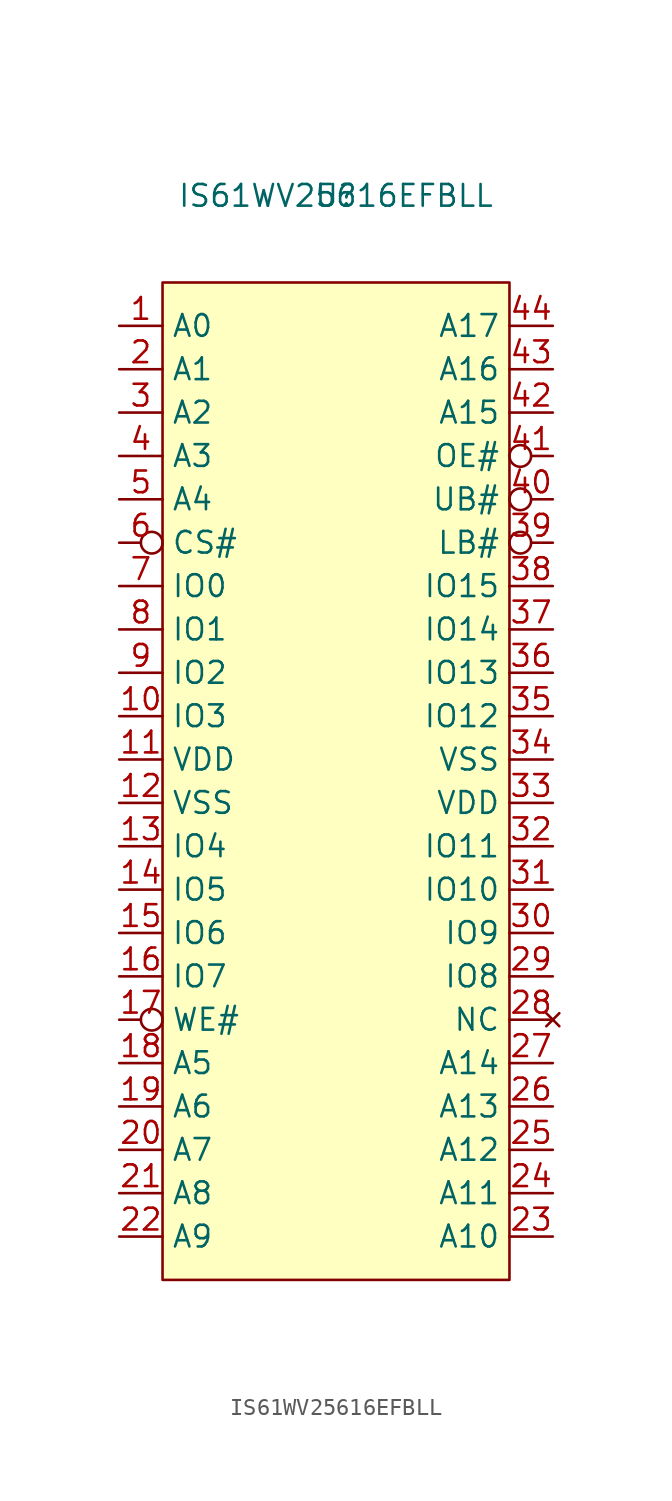
<source format=kicad_sym>
(kicad_symbol_lib
  (version 20201005)
  (generator kicad_symbol_editor)
  (symbol "Memory_RAM:IS61WV25616EFBLL"
    (property "Reference" "U"
      (at 0 33.02 0)
      (effects (font (size 1.27 1.27))))
    (property "Value" "IS61WV25616EFBLL"
      (at 0 33.02 0)
      (effects (font (size 1.27 1.27))))
    (symbol "IS61WV25616EFBLL_0_1"
      (rectangle (start -10.16 27.94) (end 10.16 -30.48) (stroke (width 0.152)) (fill (type background))))
    (symbol "IS61WV25616EFBLL_1_1"
      (pin input line (at -12.7 25.4 0) (length 2.54) (name "A0" (effects (font (size 1.27 1.27)))) (number "1" (effects (font (size 1.27 1.27)))))
      (pin bidirectional line (at -12.7 2.54 0) (length 2.54) (name "IO3" (effects (font (size 1.27 1.27)))) (number "10" (effects (font (size 1.27 1.27)))))
      (pin power_in line (at -12.7 0 0) (length 2.54) (name "VDD" (effects (font (size 1.27 1.27)))) (number "11" (effects (font (size 1.27 1.27)))))
      (pin power_in line (at -12.7 -2.54 0) (length 2.54) (name "VSS" (effects (font (size 1.27 1.27)))) (number "12" (effects (font (size 1.27 1.27)))))
      (pin bidirectional line (at -12.7 -5.08 0) (length 2.54) (name "IO4" (effects (font (size 1.27 1.27)))) (number "13" (effects (font (size 1.27 1.27)))))
      (pin bidirectional line (at -12.7 -7.62 0) (length 2.54) (name "IO5" (effects (font (size 1.27 1.27)))) (number "14" (effects (font (size 1.27 1.27)))))
      (pin bidirectional line (at -12.7 -10.16 0) (length 2.54) (name "IO6" (effects (font (size 1.27 1.27)))) (number "15" (effects (font (size 1.27 1.27)))))
      (pin bidirectional line (at -12.7 -12.7 0) (length 2.54) (name "IO7" (effects (font (size 1.27 1.27)))) (number "16" (effects (font (size 1.27 1.27)))))
      (pin input inverted (at -12.7 -15.24 0) (length 2.54) (name "WE#" (effects (font (size 1.27 1.27)))) (number "17" (effects (font (size 1.27 1.27)))))
      (pin input line (at -12.7 -17.78 0) (length 2.54) (name "A5" (effects (font (size 1.27 1.27)))) (number "18" (effects (font (size 1.27 1.27)))))
      (pin input line (at -12.7 -20.32 0) (length 2.54) (name "A6" (effects (font (size 1.27 1.27)))) (number "19" (effects (font (size 1.27 1.27)))))
      (pin input line (at -12.7 22.86 0) (length 2.54) (name "A1" (effects (font (size 1.27 1.27)))) (number "2" (effects (font (size 1.27 1.27)))))
      (pin input line (at -12.7 -22.86 0) (length 2.54) (name "A7" (effects (font (size 1.27 1.27)))) (number "20" (effects (font (size 1.27 1.27)))))
      (pin input line (at -12.7 -25.4 0) (length 2.54) (name "A8" (effects (font (size 1.27 1.27)))) (number "21" (effects (font (size 1.27 1.27)))))
      (pin input line (at -12.7 -27.94 0) (length 2.54) (name "A9" (effects (font (size 1.27 1.27)))) (number "22" (effects (font (size 1.27 1.27)))))
      (pin input line (at 12.7 -27.94 180) (length 2.54) (name "A10" (effects (font (size 1.27 1.27)))) (number "23" (effects (font (size 1.27 1.27)))))
      (pin input line (at 12.7 -25.4 180) (length 2.54) (name "A11" (effects (font (size 1.27 1.27)))) (number "24" (effects (font (size 1.27 1.27)))))
      (pin input line (at 12.7 -22.86 180) (length 2.54) (name "A12" (effects (font (size 1.27 1.27)))) (number "25" (effects (font (size 1.27 1.27)))))
      (pin input line (at 12.7 -20.32 180) (length 2.54) (name "A13" (effects (font (size 1.27 1.27)))) (number "26" (effects (font (size 1.27 1.27)))))
      (pin input line (at 12.7 -17.78 180) (length 2.54) (name "A14" (effects (font (size 1.27 1.27)))) (number "27" (effects (font (size 1.27 1.27)))))
      (pin no_connect line (at 12.7 -15.24 180) (length 2.54) (name "NC" (effects (font (size 1.27 1.27)))) (number "28" (effects (font (size 1.27 1.27)))))
      (pin bidirectional line (at 12.7 -12.7 180) (length 2.54) (name "IO8" (effects (font (size 1.27 1.27)))) (number "29" (effects (font (size 1.27 1.27)))))
      (pin input line (at -12.7 20.32 0) (length 2.54) (name "A2" (effects (font (size 1.27 1.27)))) (number "3" (effects (font (size 1.27 1.27)))))
      (pin bidirectional line (at 12.7 -10.16 180) (length 2.54) (name "IO9" (effects (font (size 1.27 1.27)))) (number "30" (effects (font (size 1.27 1.27)))))
      (pin bidirectional line (at 12.7 -7.62 180) (length 2.54) (name "IO10" (effects (font (size 1.27 1.27)))) (number "31" (effects (font (size 1.27 1.27)))))
      (pin bidirectional line (at 12.7 -5.08 180) (length 2.54) (name "IO11" (effects (font (size 1.27 1.27)))) (number "32" (effects (font (size 1.27 1.27)))))
      (pin power_in line (at 12.7 -2.54 180) (length 2.54) (name "VDD" (effects (font (size 1.27 1.27)))) (number "33" (effects (font (size 1.27 1.27)))))
      (pin power_in line (at 12.7 0 180) (length 2.54) (name "VSS" (effects (font (size 1.27 1.27)))) (number "34" (effects (font (size 1.27 1.27)))))
      (pin bidirectional line (at 12.7 2.54 180) (length 2.54) (name "IO12" (effects (font (size 1.27 1.27)))) (number "35" (effects (font (size 1.27 1.27)))))
      (pin bidirectional line (at 12.7 5.08 180) (length 2.54) (name "IO13" (effects (font (size 1.27 1.27)))) (number "36" (effects (font (size 1.27 1.27)))))
      (pin bidirectional line (at 12.7 7.62 180) (length 2.54) (name "IO14" (effects (font (size 1.27 1.27)))) (number "37" (effects (font (size 1.27 1.27)))))
      (pin bidirectional line (at 12.7 10.16 180) (length 2.54) (name "IO15" (effects (font (size 1.27 1.27)))) (number "38" (effects (font (size 1.27 1.27)))))
      (pin input inverted (at 12.7 12.7 180) (length 2.54) (name "LB#" (effects (font (size 1.27 1.27)))) (number "39" (effects (font (size 1.27 1.27)))))
      (pin input line (at -12.7 17.78 0) (length 2.54) (name "A3" (effects (font (size 1.27 1.27)))) (number "4" (effects (font (size 1.27 1.27)))))
      (pin input inverted (at 12.7 15.24 180) (length 2.54) (name "UB#" (effects (font (size 1.27 1.27)))) (number "40" (effects (font (size 1.27 1.27)))))
      (pin input inverted (at 12.7 17.78 180) (length 2.54) (name "OE#" (effects (font (size 1.27 1.27)))) (number "41" (effects (font (size 1.27 1.27)))))
      (pin input line (at 12.7 20.32 180) (length 2.54) (name "A15" (effects (font (size 1.27 1.27)))) (number "42" (effects (font (size 1.27 1.27)))))
      (pin input line (at 12.7 22.86 180) (length 2.54) (name "A16" (effects (font (size 1.27 1.27)))) (number "43" (effects (font (size 1.27 1.27)))))
      (pin input line (at 12.7 25.4 180) (length 2.54) (name "A17" (effects (font (size 1.27 1.27)))) (number "44" (effects (font (size 1.27 1.27)))))
      (pin input line (at -12.7 15.24 0) (length 2.54) (name "A4" (effects (font (size 1.27 1.27)))) (number "5" (effects (font (size 1.27 1.27)))))
      (pin input inverted (at -12.7 12.7 0) (length 2.54) (name "CS#" (effects (font (size 1.27 1.27)))) (number "6" (effects (font (size 1.27 1.27)))))
      (pin bidirectional line (at -12.7 10.16 0) (length 2.54) (name "IO0" (effects (font (size 1.27 1.27)))) (number "7" (effects (font (size 1.27 1.27)))))
      (pin bidirectional line (at -12.7 7.62 0) (length 2.54) (name "IO1" (effects (font (size 1.27 1.27)))) (number "8" (effects (font (size 1.27 1.27)))))
      (pin bidirectional line (at -12.7 5.08 0) (length 2.54) (name "IO2" (effects (font (size 1.27 1.27)))) (number "9" (effects (font (size 1.27 1.27))))))))
</source>
